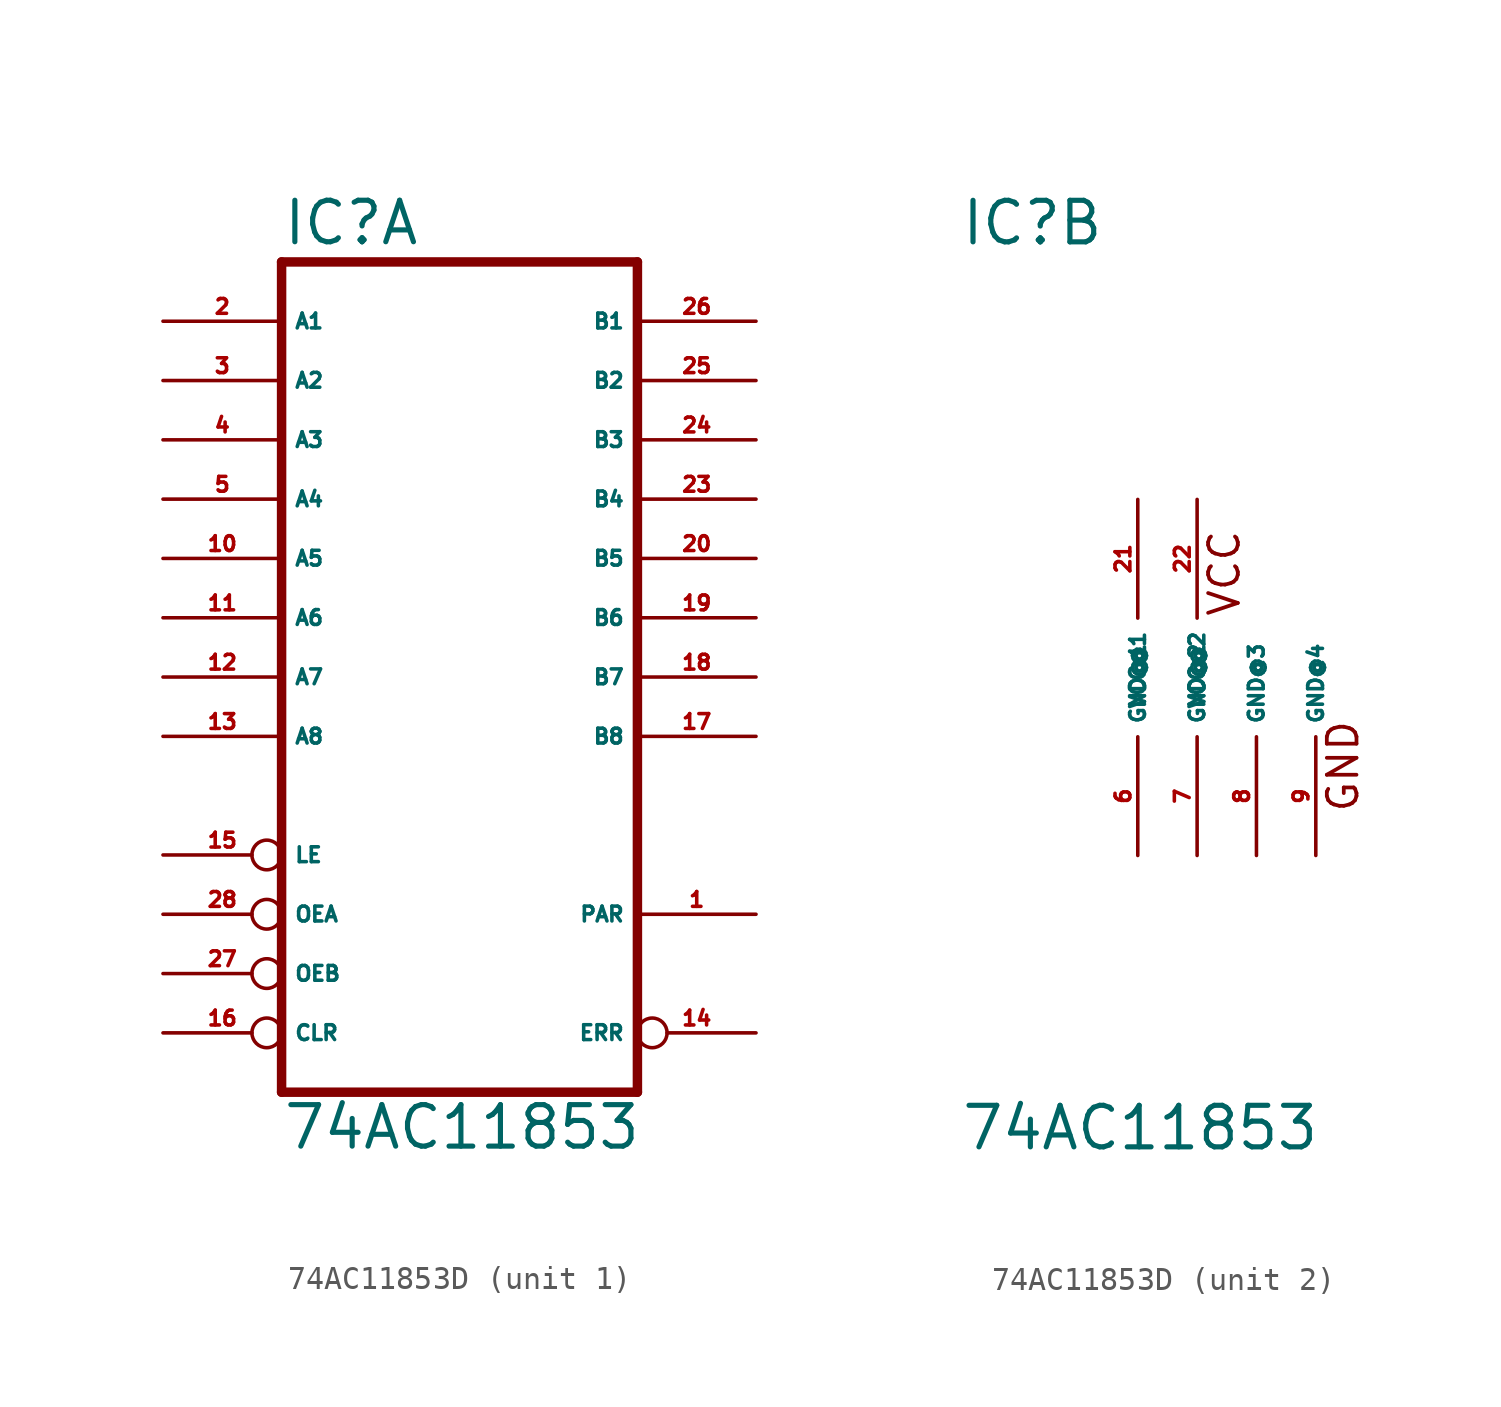
<source format=kicad_sym>
(kicad_symbol_lib
  (version 20220914)
  (generator Eagle2Kicad)
  (symbol "74AC11853D"
    (property "Reference" "IC"
      (at -7.62 18.415 0)
      (effects (font (size 1.778 1.778) (thickness 0.22)) (justify left bottom)))
    (property "Value" "74AC11853"
      (at -7.62 -20.32 0)
      (effects (font (size 1.778 1.778) (thickness 0.22)) (justify left bottom)))
    (symbol "74AC11853D_1_0"
      (polyline (pts (xy -7.62 -17.78) (xy 7.62 -17.78)) (stroke (width 0.406) (type default)) (fill (type none)))
      (polyline (pts (xy 7.62 -17.78) (xy 7.62 17.78)) (stroke (width 0.406) (type default)) (fill (type none)))
      (polyline (pts (xy 7.62 17.78) (xy -7.62 17.78)) (stroke (width 0.406) (type default)) (fill (type none)))
      (polyline (pts (xy -7.62 17.78) (xy -7.62 -17.78)) (stroke (width 0.406) (type default)) (fill (type none)))
      (pin bidirectional line (at 12.7 -10.16 180) (length 5.08) (name "PAR" (effects (font (size 0.635 0.635) (thickness 0.08)) (justify left bottom))) (number "1" (effects (font (size 0.635 0.635) (thickness 0.08)) (justify left bottom))))
      (pin bidirectional line (at -12.7 15.24 0) (length 5.08) (name "A1" (effects (font (size 0.635 0.635) (thickness 0.08)) (justify left bottom))) (number "2" (effects (font (size 0.635 0.635) (thickness 0.08)) (justify left bottom))))
      (pin bidirectional line (at -12.7 12.7 0) (length 5.08) (name "A2" (effects (font (size 0.635 0.635) (thickness 0.08)) (justify left bottom))) (number "3" (effects (font (size 0.635 0.635) (thickness 0.08)) (justify left bottom))))
      (pin bidirectional line (at -12.7 10.16 0) (length 5.08) (name "A3" (effects (font (size 0.635 0.635) (thickness 0.08)) (justify left bottom))) (number "4" (effects (font (size 0.635 0.635) (thickness 0.08)) (justify left bottom))))
      (pin bidirectional line (at -12.7 7.62 0) (length 5.08) (name "A4" (effects (font (size 0.635 0.635) (thickness 0.08)) (justify left bottom))) (number "5" (effects (font (size 0.635 0.635) (thickness 0.08)) (justify left bottom))))
      (pin bidirectional line (at -12.7 5.08 0) (length 5.08) (name "A5" (effects (font (size 0.635 0.635) (thickness 0.08)) (justify left bottom))) (number "10" (effects (font (size 0.635 0.635) (thickness 0.08)) (justify left bottom))))
      (pin bidirectional line (at -12.7 2.54 0) (length 5.08) (name "A6" (effects (font (size 0.635 0.635) (thickness 0.08)) (justify left bottom))) (number "11" (effects (font (size 0.635 0.635) (thickness 0.08)) (justify left bottom))))
      (pin bidirectional line (at -12.7 0 0) (length 5.08) (name "A7" (effects (font (size 0.635 0.635) (thickness 0.08)) (justify left bottom))) (number "12" (effects (font (size 0.635 0.635) (thickness 0.08)) (justify left bottom))))
      (pin bidirectional line (at -12.7 -2.54 0) (length 5.08) (name "A8" (effects (font (size 0.635 0.635) (thickness 0.08)) (justify left bottom))) (number "13" (effects (font (size 0.635 0.635) (thickness 0.08)) (justify left bottom))))
      (pin bidirectional inverted (at 12.7 -15.24 180) (length 5.08) (name "ERR" (effects (font (size 0.635 0.635) (thickness 0.08)) (justify left bottom))) (number "14" (effects (font (size 0.635 0.635) (thickness 0.08)) (justify left bottom))))
      (pin input inverted (at -12.7 -7.62 0) (length 5.08) (name "LE" (effects (font (size 0.635 0.635) (thickness 0.08)) (justify left bottom))) (number "15" (effects (font (size 0.635 0.635) (thickness 0.08)) (justify left bottom))))
      (pin input inverted (at -12.7 -15.24 0) (length 5.08) (name "CLR" (effects (font (size 0.635 0.635) (thickness 0.08)) (justify left bottom))) (number "16" (effects (font (size 0.635 0.635) (thickness 0.08)) (justify left bottom))))
      (pin bidirectional line (at 12.7 -2.54 180) (length 5.08) (name "B8" (effects (font (size 0.635 0.635) (thickness 0.08)) (justify left bottom))) (number "17" (effects (font (size 0.635 0.635) (thickness 0.08)) (justify left bottom))))
      (pin bidirectional line (at 12.7 0 180) (length 5.08) (name "B7" (effects (font (size 0.635 0.635) (thickness 0.08)) (justify left bottom))) (number "18" (effects (font (size 0.635 0.635) (thickness 0.08)) (justify left bottom))))
      (pin bidirectional line (at 12.7 2.54 180) (length 5.08) (name "B6" (effects (font (size 0.635 0.635) (thickness 0.08)) (justify left bottom))) (number "19" (effects (font (size 0.635 0.635) (thickness 0.08)) (justify left bottom))))
      (pin bidirectional line (at 12.7 5.08 180) (length 5.08) (name "B5" (effects (font (size 0.635 0.635) (thickness 0.08)) (justify left bottom))) (number "20" (effects (font (size 0.635 0.635) (thickness 0.08)) (justify left bottom))))
      (pin bidirectional line (at 12.7 7.62 180) (length 5.08) (name "B4" (effects (font (size 0.635 0.635) (thickness 0.08)) (justify left bottom))) (number "23" (effects (font (size 0.635 0.635) (thickness 0.08)) (justify left bottom))))
      (pin bidirectional line (at 12.7 10.16 180) (length 5.08) (name "B3" (effects (font (size 0.635 0.635) (thickness 0.08)) (justify left bottom))) (number "24" (effects (font (size 0.635 0.635) (thickness 0.08)) (justify left bottom))))
      (pin bidirectional line (at 12.7 12.7 180) (length 5.08) (name "B2" (effects (font (size 0.635 0.635) (thickness 0.08)) (justify left bottom))) (number "25" (effects (font (size 0.635 0.635) (thickness 0.08)) (justify left bottom))))
      (pin bidirectional line (at 12.7 15.24 180) (length 5.08) (name "B1" (effects (font (size 0.635 0.635) (thickness 0.08)) (justify left bottom))) (number "26" (effects (font (size 0.635 0.635) (thickness 0.08)) (justify left bottom))))
      (pin input inverted (at -12.7 -12.7 0) (length 5.08) (name "OEB" (effects (font (size 0.635 0.635) (thickness 0.08)) (justify left bottom))) (number "27" (effects (font (size 0.635 0.635) (thickness 0.08)) (justify left bottom))))
      (pin input inverted (at -12.7 -10.16 0) (length 5.08) (name "OEA" (effects (font (size 0.635 0.635) (thickness 0.08)) (justify left bottom))) (number "28" (effects (font (size 0.635 0.635) (thickness 0.08)) (justify left bottom)))))
    (symbol "74AC11853D_2_0"
      (text "VCC" (at 4.445 2.54 900) (effects (font (size 1.27 1.27) (thickness 0.16)) (justify left bottom)))
      (text "GND" (at 9.525 -5.842 900) (effects (font (size 1.27 1.27) (thickness 0.16)) (justify left bottom)))
      (pin unspecified line (at 0 -7.62 90) (length 5.08) (name "GND@1" (effects (font (size 0.635 0.635) (thickness 0.08)) (justify left bottom))) (number "6" (effects (font (size 0.635 0.635) (thickness 0.08)) (justify left bottom))))
      (pin unspecified line (at 2.54 -7.62 90) (length 5.08) (name "GND@2" (effects (font (size 0.635 0.635) (thickness 0.08)) (justify left bottom))) (number "7" (effects (font (size 0.635 0.635) (thickness 0.08)) (justify left bottom))))
      (pin unspecified line (at 5.08 -7.62 90) (length 5.08) (name "GND@3" (effects (font (size 0.635 0.635) (thickness 0.08)) (justify left bottom))) (number "8" (effects (font (size 0.635 0.635) (thickness 0.08)) (justify left bottom))))
      (pin unspecified line (at 7.62 -7.62 90) (length 5.08) (name "GND@4" (effects (font (size 0.635 0.635) (thickness 0.08)) (justify left bottom))) (number "9" (effects (font (size 0.635 0.635) (thickness 0.08)) (justify left bottom))))
      (pin unspecified line (at 0 7.62 270) (length 5.08) (name "VCC@1" (effects (font (size 0.635 0.635) (thickness 0.08)) (justify left bottom))) (number "21" (effects (font (size 0.635 0.635) (thickness 0.08)) (justify left bottom))))
      (pin unspecified line (at 2.54 7.62 270) (length 5.08) (name "VCC@2" (effects (font (size 0.635 0.635) (thickness 0.08)) (justify left bottom))) (number "22" (effects (font (size 0.635 0.635) (thickness 0.08)) (justify left bottom)))))))
</source>
